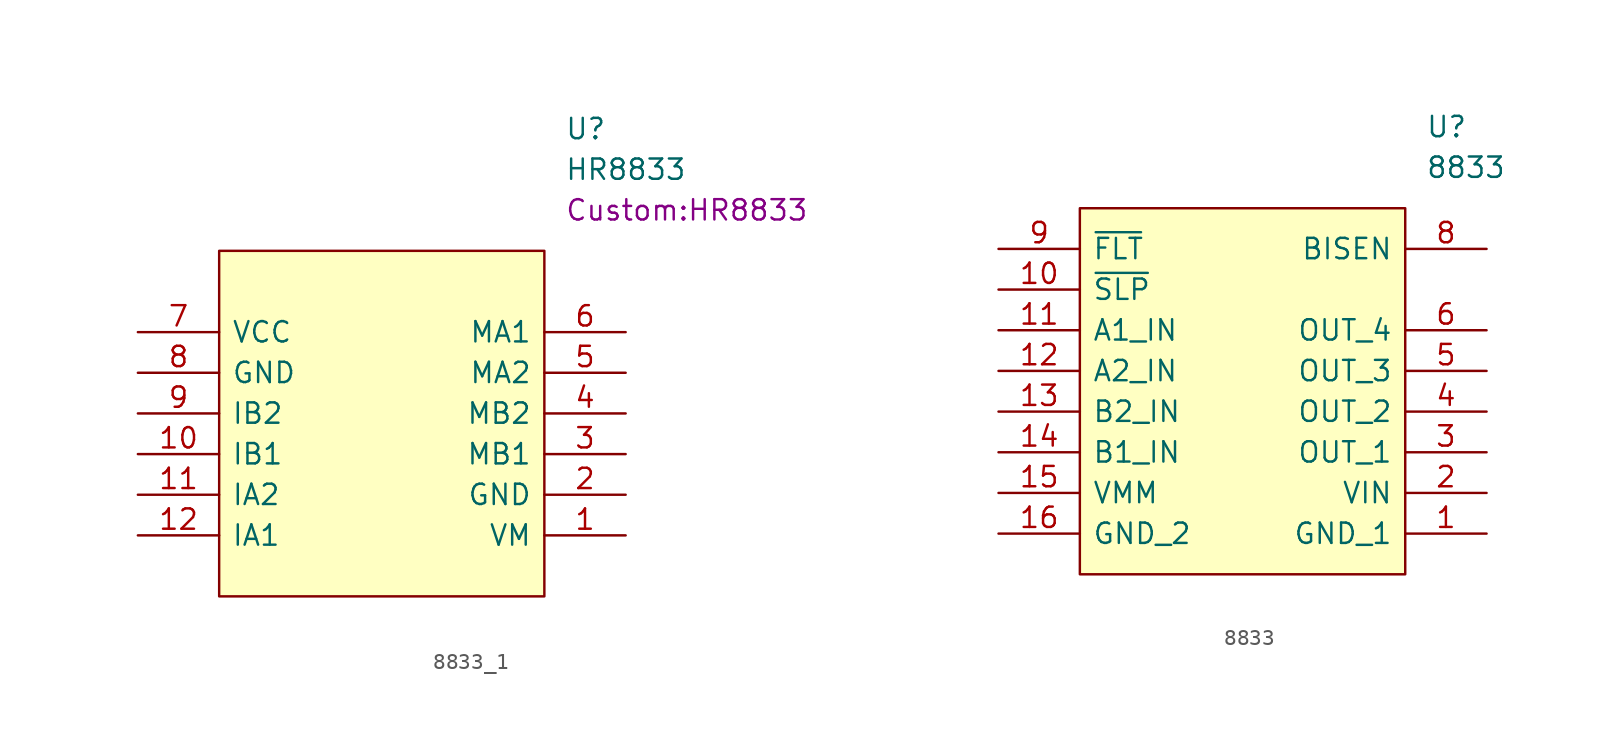
<source format=kicad_sym>
(kicad_symbol_lib
  (version 20220914)
  (generator kicad_symbol_editor)
  (symbol "8833_1"
    (pin_names
      (offset 0.762))
    (property "Reference" "U"
      (at 26.67 7.62 0)
      (effects (font (size 1.27 1.27)) (justify left)))
    (property "Value" "HR8833"
      (at 26.67 5.08 0)
      (effects (font (size 1.27 1.27)) (justify left)))
    (property "Footprint" "Custom:HR8833"
      (at 26.67 2.54 0)
      (effects (font (size 1.27 1.27)) (justify left)))
    (symbol "8833_1_0_1"
      (polyline (pts (xy 5.08 0) (xy 25.4 0) (xy 25.4 -21.59) (xy 5.08 -21.59) (xy 5.08 0)) (stroke (width 0.152) (type solid)) (fill (type background))))
    (symbol "8833_1_1_0"
      (pin input line (at 30.48 -17.78 180) (length 5.08) (name "VM" (effects (font (size 1.27 1.27)))) (number "1" (effects (font (size 1.27 1.27)))))
      (pin input line (at 0 -12.7 0) (length 5.08) (name "IB1" (effects (font (size 1.27 1.27)))) (number "10" (effects (font (size 1.27 1.27)))))
      (pin input line (at 0 -15.24 0) (length 5.08) (name "IA2" (effects (font (size 1.27 1.27)))) (number "11" (effects (font (size 1.27 1.27)))))
      (pin input line (at 0 -17.78 0) (length 5.08) (name "IA1" (effects (font (size 1.27 1.27)))) (number "12" (effects (font (size 1.27 1.27)))))
      (pin power_in line (at 30.48 -15.24 180) (length 5.08) (name "GND" (effects (font (size 1.27 1.27)))) (number "2" (effects (font (size 1.27 1.27)))))
      (pin output line (at 30.48 -12.7 180) (length 5.08) (name "MB1" (effects (font (size 1.27 1.27)))) (number "3" (effects (font (size 1.27 1.27)))))
      (pin output line (at 30.48 -10.16 180) (length 5.08) (name "MB2" (effects (font (size 1.27 1.27)))) (number "4" (effects (font (size 1.27 1.27)))))
      (pin output line (at 30.48 -7.62 180) (length 5.08) (name "MA2" (effects (font (size 1.27 1.27)))) (number "5" (effects (font (size 1.27 1.27)))))
      (pin output line (at 30.48 -5.08 180) (length 5.08) (name "MA1" (effects (font (size 1.27 1.27)))) (number "6" (effects (font (size 1.27 1.27)))))
      (pin power_in line (at 0 -5.08 0) (length 5.08) (name "VCC" (effects (font (size 1.27 1.27)))) (number "7" (effects (font (size 1.27 1.27)))))
      (pin power_in line (at 0 -7.62 0) (length 5.08) (name "GND" (effects (font (size 1.27 1.27)))) (number "8" (effects (font (size 1.27 1.27)))))
      (pin input line (at 0 -10.16 0) (length 5.08) (name "IB2" (effects (font (size 1.27 1.27)))) (number "9" (effects (font (size 1.27 1.27)))))))
  (symbol "8833"
    (pin_names
      (offset 0.762))
    (property "Reference" "U"
      (at 26.67 7.62 0)
      (effects (font (size 1.27 1.27)) (justify left)))
    (property "Value" "8833"
      (at 26.67 5.08 0)
      (effects (font (size 1.27 1.27)) (justify left)))
    (symbol "8833_0_0"
      (pin passive line (at 30.48 -17.78 180) (length 5.08) (name "GND_1" (effects (font (size 1.27 1.27)))) (number "1" (effects (font (size 1.27 1.27)))))
      (pin passive line (at 0 -2.54 0) (length 5.08) (name "~{SLP}" (effects (font (size 1.27 1.27)))) (number "10" (effects (font (size 1.27 1.27)))))
      (pin passive line (at 0 -5.08 0) (length 5.08) (name "A1_IN" (effects (font (size 1.27 1.27)))) (number "11" (effects (font (size 1.27 1.27)))))
      (pin passive line (at 0 -7.62 0) (length 5.08) (name "A2_IN" (effects (font (size 1.27 1.27)))) (number "12" (effects (font (size 1.27 1.27)))))
      (pin passive line (at 0 -10.16 0) (length 5.08) (name "B2_IN" (effects (font (size 1.27 1.27)))) (number "13" (effects (font (size 1.27 1.27)))))
      (pin passive line (at 0 -12.7 0) (length 5.08) (name "B1_IN" (effects (font (size 1.27 1.27)))) (number "14" (effects (font (size 1.27 1.27)))))
      (pin passive line (at 0 -15.24 0) (length 5.08) (name "VMM" (effects (font (size 1.27 1.27)))) (number "15" (effects (font (size 1.27 1.27)))))
      (pin passive line (at 0 -17.78 0) (length 5.08) (name "GND_2" (effects (font (size 1.27 1.27)))) (number "16" (effects (font (size 1.27 1.27)))))
      (pin passive line (at 30.48 -15.24 180) (length 5.08) (name "VIN" (effects (font (size 1.27 1.27)))) (number "2" (effects (font (size 1.27 1.27)))))
      (pin passive line (at 30.48 -12.7 180) (length 5.08) (name "OUT_1" (effects (font (size 1.27 1.27)))) (number "3" (effects (font (size 1.27 1.27)))))
      (pin passive line (at 30.48 -10.16 180) (length 5.08) (name "OUT_2" (effects (font (size 1.27 1.27)))) (number "4" (effects (font (size 1.27 1.27)))))
      (pin passive line (at 30.48 -7.62 180) (length 5.08) (name "OUT_3" (effects (font (size 1.27 1.27)))) (number "5" (effects (font (size 1.27 1.27)))))
      (pin passive line (at 30.48 -5.08 180) (length 5.08) (name "OUT_4" (effects (font (size 1.27 1.27)))) (number "6" (effects (font (size 1.27 1.27)))))
      (pin passive line (at 30.48 0 180) (length 5.08) (name "BISEN" (effects (font (size 1.27 1.27)))) (number "8" (effects (font (size 1.27 1.27)))))
      (pin passive line (at 0 0 0) (length 5.08) (name "~{FLT}" (effects (font (size 1.27 1.27)))) (number "9" (effects (font (size 1.27 1.27))))))
    (symbol "8833_0_1"
      (polyline (pts (xy 5.08 2.54) (xy 25.4 2.54) (xy 25.4 -20.32) (xy 5.08 -20.32) (xy 5.08 2.54)) (stroke (width 0.152) (type solid)) (fill (type background))))))
</source>
